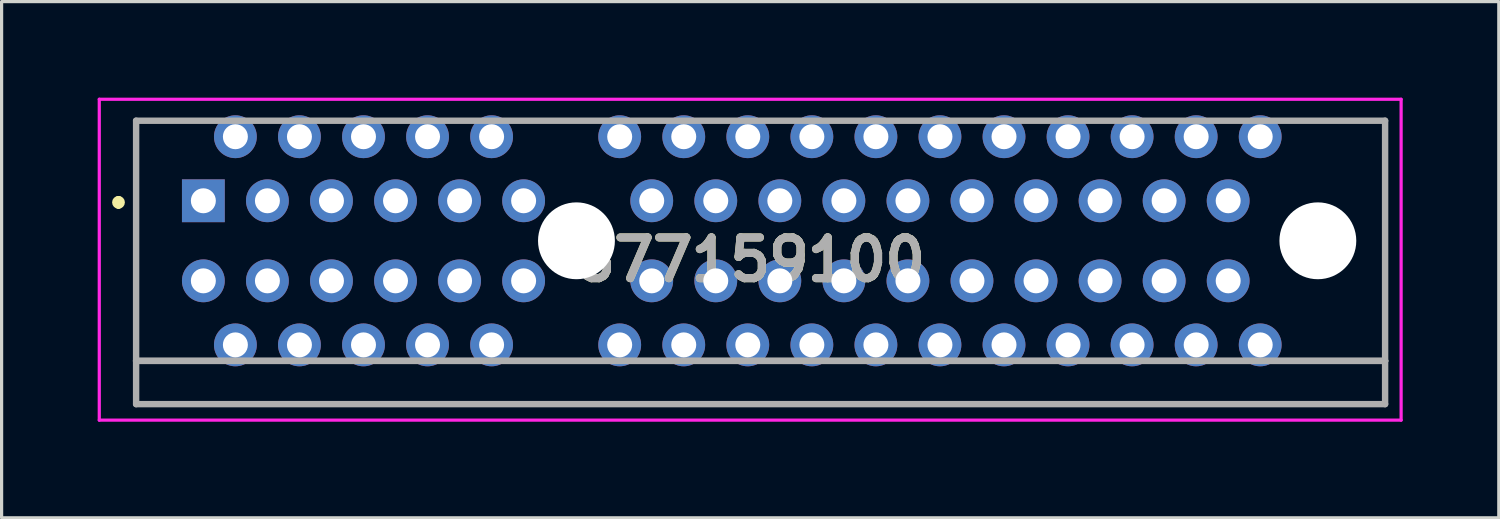
<source format=kicad_pcb>
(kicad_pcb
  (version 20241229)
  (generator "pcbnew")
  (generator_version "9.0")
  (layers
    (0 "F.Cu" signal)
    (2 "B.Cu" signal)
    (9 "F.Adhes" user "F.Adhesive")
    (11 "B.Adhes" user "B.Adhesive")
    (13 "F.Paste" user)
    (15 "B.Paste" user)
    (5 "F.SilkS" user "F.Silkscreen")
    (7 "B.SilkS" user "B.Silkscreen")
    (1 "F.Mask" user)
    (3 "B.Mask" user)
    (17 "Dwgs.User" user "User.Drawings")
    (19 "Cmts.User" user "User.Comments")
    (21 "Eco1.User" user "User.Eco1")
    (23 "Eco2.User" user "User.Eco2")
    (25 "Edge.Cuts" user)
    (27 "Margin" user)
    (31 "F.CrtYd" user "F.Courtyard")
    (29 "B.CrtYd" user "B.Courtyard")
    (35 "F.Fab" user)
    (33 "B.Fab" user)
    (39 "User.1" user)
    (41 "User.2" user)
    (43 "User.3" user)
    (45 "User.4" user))
  (footprint "877159100"
    (layer "F.Cu")
    (at 3.3 3.219)
    (property "Reference" "877159100" (at 17.075 1.841 0) (layer "F.SilkS") (effects (font (size 1.27 1.27) (thickness 0.254))))
    (attr through_hole)
    (fp_line (start -2.65 -0.05) (end -2.65 -0.05) (stroke (width 0.2) (type solid)) (layer "F.SilkS"))
    (fp_line (start -2.65 0.15) (end -2.65 0.15) (stroke (width 0.2) (type solid)) (layer "F.SilkS"))
    (fp_line (start -2.1 -2.5) (end -2.1 5) (stroke (width 0.1) (type solid)) (layer "F.SilkS"))
    (fp_line (start -2.1 5) (end -0.1 5) (stroke (width 0.1) (type solid)) (layer "F.SilkS"))
    (fp_line (start -0.1 -2.5) (end -2.1 -2.5) (stroke (width 0.1) (type solid)) (layer "F.SilkS"))
    (fp_line (start 10.4 -2.5) (end 11.4 -2.5) (stroke (width 0.1) (type solid)) (layer "F.SilkS"))
    (fp_line (start 10.4 5) (end 11.4 5) (stroke (width 0.1) (type solid)) (layer "F.SilkS"))
    (fp_line (start 34.4 -2.5) (end 36.9 -2.5) (stroke (width 0.1) (type solid)) (layer "F.SilkS"))
    (fp_line (start 36.9 -2.5) (end 36.9 5) (stroke (width 0.1) (type solid)) (layer "F.SilkS"))
    (fp_line (start 36.9 5) (end 34.4 5) (stroke (width 0.1) (type solid)) (layer "F.SilkS"))
    (fp_arc (start -2.65 -0.05) (mid -2.55 0.05) (end -2.65 0.15) (stroke (width 0.2) (type solid)) (layer "F.SilkS"))
    (fp_arc (start -2.65 0.15) (mid -2.75 0.05) (end -2.65 -0.05) (stroke (width 0.2) (type solid)) (layer "F.SilkS"))
    (fp_line (start -3.25 -3.169) (end 37.4 -3.169) (stroke (width 0.1) (type solid)) (layer "F.CrtYd"))
    (fp_line (start -3.25 6.85) (end -3.25 -3.169) (stroke (width 0.1) (type solid)) (layer "F.CrtYd"))
    (fp_line (start 37.4 -3.169) (end 37.4 6.85) (stroke (width 0.1) (type solid)) (layer "F.CrtYd"))
    (fp_line (start 37.4 6.85) (end -3.25 6.85) (stroke (width 0.1) (type solid)) (layer "F.CrtYd"))
    (fp_line (start -2.1 -2.5) (end 36.9 -2.5) (stroke (width 0.2) (type solid)) (layer "F.Fab"))
    (fp_line (start -2.1 5) (end -2.1 -2.5) (stroke (width 0.2) (type solid)) (layer "F.Fab"))
    (fp_line (start -2.1 5) (end 36.9 5) (stroke (width 0.2) (type solid)) (layer "F.Fab"))
    (fp_line (start -2.1 6.35) (end -2.1 5) (stroke (width 0.2) (type solid)) (layer "F.Fab"))
    (fp_line (start 36.9 -2.5) (end 36.9 5) (stroke (width 0.2) (type solid)) (layer "F.Fab"))
    (fp_line (start 36.9 5) (end -2.1 5) (stroke (width 0.2) (type solid)) (layer "F.Fab"))
    (fp_line (start 36.9 5) (end 36.9 6.35) (stroke (width 0.2) (type solid)) (layer "F.Fab"))
    (fp_line (start 36.9 6.35) (end -2.1 6.35) (stroke (width 0.2) (type solid)) (layer "F.Fab"))
    (fp_text user "${REFERENCE}" (at 17.075 1.841 0) (layer "F.Fab") (effects (font (size 1.27 1.27) (thickness 0.254))))
    (pad "" np_thru_hole circle (at 11.65 1.25) (size 2.4 2.4) (drill 2.4) (layers "*.Cu" "*.Mask"))
    (pad "" np_thru_hole circle (at 34.8 1.25) (size 2.4 2.4) (drill 2.4) (layers "*.Cu" "*.Mask"))
    (pad "A1" thru_hole rect (at 0 0) (size 1.337 1.337) (drill 0.78) (layers "*.Cu" "*.Mask"))
    (pad "A2" thru_hole circle (at 1 -2) (size 1.337 1.337) (drill 0.78) (layers "*.Cu" "*.Mask"))
    (pad "A3" thru_hole circle (at 2 0) (size 1.337 1.337) (drill 0.78) (layers "*.Cu" "*.Mask"))
    (pad "A4" thru_hole circle (at 3 -2) (size 1.337 1.337) (drill 0.78) (layers "*.Cu" "*.Mask"))
    (pad "A5" thru_hole circle (at 4 0) (size 1.337 1.337) (drill 0.78) (layers "*.Cu" "*.Mask"))
    (pad "A6" thru_hole circle (at 5 -2) (size 1.337 1.337) (drill 0.78) (layers "*.Cu" "*.Mask"))
    (pad "A7" thru_hole circle (at 6 0) (size 1.337 1.337) (drill 0.78) (layers "*.Cu" "*.Mask"))
    (pad "A8" thru_hole circle (at 7 -2) (size 1.337 1.337) (drill 0.78) (layers "*.Cu" "*.Mask"))
    (pad "A9" thru_hole circle (at 8 0) (size 1.337 1.337) (drill 0.78) (layers "*.Cu" "*.Mask"))
    (pad "A10" thru_hole circle (at 9 -2) (size 1.337 1.337) (drill 0.78) (layers "*.Cu" "*.Mask"))
    (pad "A11" thru_hole circle (at 10 0) (size 1.337 1.337) (drill 0.78) (layers "*.Cu" "*.Mask"))
    (pad "A12" thru_hole circle (at 13 -2) (size 1.337 1.337) (drill 0.78) (layers "*.Cu" "*.Mask"))
    (pad "A13" thru_hole circle (at 14 0) (size 1.337 1.337) (drill 0.78) (layers "*.Cu" "*.Mask"))
    (pad "A14" thru_hole circle (at 15 -2) (size 1.337 1.337) (drill 0.78) (layers "*.Cu" "*.Mask"))
    (pad "A15" thru_hole circle (at 16 0) (size 1.337 1.337) (drill 0.78) (layers "*.Cu" "*.Mask"))
    (pad "A16" thru_hole circle (at 17 -2) (size 1.337 1.337) (drill 0.78) (layers "*.Cu" "*.Mask"))
    (pad "A17" thru_hole circle (at 18 0) (size 1.337 1.337) (drill 0.78) (layers "*.Cu" "*.Mask"))
    (pad "A18" thru_hole circle (at 19 -2) (size 1.337 1.337) (drill 0.78) (layers "*.Cu" "*.Mask"))
    (pad "A19" thru_hole circle (at 20 0) (size 1.337 1.337) (drill 0.78) (layers "*.Cu" "*.Mask"))
    (pad "A20" thru_hole circle (at 21 -2) (size 1.337 1.337) (drill 0.78) (layers "*.Cu" "*.Mask"))
    (pad "A21" thru_hole circle (at 22 0) (size 1.337 1.337) (drill 0.78) (layers "*.Cu" "*.Mask"))
    (pad "A22" thru_hole circle (at 23 -2) (size 1.337 1.337) (drill 0.78) (layers "*.Cu" "*.Mask"))
    (pad "A23" thru_hole circle (at 24 0) (size 1.337 1.337) (drill 0.78) (layers "*.Cu" "*.Mask"))
    (pad "A24" thru_hole circle (at 25 -2) (size 1.337 1.337) (drill 0.78) (layers "*.Cu" "*.Mask"))
    (pad "A25" thru_hole circle (at 26 0) (size 1.337 1.337) (drill 0.78) (layers "*.Cu" "*.Mask"))
    (pad "A26" thru_hole circle (at 27 -2) (size 1.337 1.337) (drill 0.78) (layers "*.Cu" "*.Mask"))
    (pad "A27" thru_hole circle (at 28 0) (size 1.337 1.337) (drill 0.78) (layers "*.Cu" "*.Mask"))
    (pad "A28" thru_hole circle (at 29 -2) (size 1.337 1.337) (drill 0.78) (layers "*.Cu" "*.Mask"))
    (pad "A29" thru_hole circle (at 30 0) (size 1.337 1.337) (drill 0.78) (layers "*.Cu" "*.Mask"))
    (pad "A30" thru_hole circle (at 31 -2) (size 1.337 1.337) (drill 0.78) (layers "*.Cu" "*.Mask"))
    (pad "A31" thru_hole circle (at 32 0) (size 1.337 1.337) (drill 0.78) (layers "*.Cu" "*.Mask"))
    (pad "A32" thru_hole circle (at 33 -2) (size 1.337 1.337) (drill 0.78) (layers "*.Cu" "*.Mask"))
    (pad "B1" thru_hole circle (at 0 2.5) (size 1.337 1.337) (drill 0.78) (layers "*.Cu" "*.Mask"))
    (pad "B2" thru_hole circle (at 1 4.5) (size 1.337 1.337) (drill 0.78) (layers "*.Cu" "*.Mask"))
    (pad "B3" thru_hole circle (at 2 2.5) (size 1.337 1.337) (drill 0.78) (layers "*.Cu" "*.Mask"))
    (pad "B4" thru_hole circle (at 3 4.5) (size 1.337 1.337) (drill 0.78) (layers "*.Cu" "*.Mask"))
    (pad "B5" thru_hole circle (at 4 2.5) (size 1.337 1.337) (drill 0.78) (layers "*.Cu" "*.Mask"))
    (pad "B6" thru_hole circle (at 5 4.5) (size 1.337 1.337) (drill 0.78) (layers "*.Cu" "*.Mask"))
    (pad "B7" thru_hole circle (at 6 2.5) (size 1.337 1.337) (drill 0.78) (layers "*.Cu" "*.Mask"))
    (pad "B8" thru_hole circle (at 7 4.5) (size 1.337 1.337) (drill 0.78) (layers "*.Cu" "*.Mask"))
    (pad "B9" thru_hole circle (at 8 2.5) (size 1.337 1.337) (drill 0.78) (layers "*.Cu" "*.Mask"))
    (pad "B10" thru_hole circle (at 9 4.5) (size 1.337 1.337) (drill 0.78) (layers "*.Cu" "*.Mask"))
    (pad "B11" thru_hole circle (at 10 2.5) (size 1.337 1.337) (drill 0.78) (layers "*.Cu" "*.Mask"))
    (pad "B12" thru_hole circle (at 13 4.5) (size 1.337 1.337) (drill 0.78) (layers "*.Cu" "*.Mask"))
    (pad "B13" thru_hole circle (at 14 2.5) (size 1.337 1.337) (drill 0.78) (layers "*.Cu" "*.Mask"))
    (pad "B14" thru_hole circle (at 15 4.5) (size 1.337 1.337) (drill 0.78) (layers "*.Cu" "*.Mask"))
    (pad "B15" thru_hole circle (at 16 2.5) (size 1.337 1.337) (drill 0.78) (layers "*.Cu" "*.Mask"))
    (pad "B16" thru_hole circle (at 17 4.5) (size 1.337 1.337) (drill 0.78) (layers "*.Cu" "*.Mask"))
    (pad "B17" thru_hole circle (at 18 2.5) (size 1.337 1.337) (drill 0.78) (layers "*.Cu" "*.Mask"))
    (pad "B18" thru_hole circle (at 19 4.5) (size 1.337 1.337) (drill 0.78) (layers "*.Cu" "*.Mask"))
    (pad "B19" thru_hole circle (at 20 2.5) (size 1.337 1.337) (drill 0.78) (layers "*.Cu" "*.Mask"))
    (pad "B20" thru_hole circle (at 21 4.5) (size 1.337 1.337) (drill 0.78) (layers "*.Cu" "*.Mask"))
    (pad "B21" thru_hole circle (at 22 2.5) (size 1.337 1.337) (drill 0.78) (layers "*.Cu" "*.Mask"))
    (pad "B22" thru_hole circle (at 23 4.5) (size 1.337 1.337) (drill 0.78) (layers "*.Cu" "*.Mask"))
    (pad "B23" thru_hole circle (at 24 2.5) (size 1.337 1.337) (drill 0.78) (layers "*.Cu" "*.Mask"))
    (pad "B24" thru_hole circle (at 25 4.5) (size 1.337 1.337) (drill 0.78) (layers "*.Cu" "*.Mask"))
    (pad "B25" thru_hole circle (at 26 2.5) (size 1.337 1.337) (drill 0.78) (layers "*.Cu" "*.Mask"))
    (pad "B26" thru_hole circle (at 27 4.5) (size 1.337 1.337) (drill 0.78) (layers "*.Cu" "*.Mask"))
    (pad "B27" thru_hole circle (at 28 2.5) (size 1.337 1.337) (drill 0.78) (layers "*.Cu" "*.Mask"))
    (pad "B28" thru_hole circle (at 29 4.5) (size 1.337 1.337) (drill 0.78) (layers "*.Cu" "*.Mask"))
    (pad "B29" thru_hole circle (at 30 2.5) (size 1.337 1.337) (drill 0.78) (layers "*.Cu" "*.Mask"))
    (pad "B30" thru_hole circle (at 31 4.5) (size 1.337 1.337) (drill 0.78) (layers "*.Cu" "*.Mask"))
    (pad "B31" thru_hole circle (at 32 2.5) (size 1.337 1.337) (drill 0.78) (layers "*.Cu" "*.Mask"))
    (pad "B32" thru_hole circle (at 33 4.5) (size 1.337 1.337) (drill 0.78) (layers "*.Cu" "*.Mask")))
  (gr_rect
    (start -3 -3)
    (end 43.75 13.119)
    (stroke (width 0.1) (type default))
    (fill no)
    (layer "Edge.Cuts")))
</source>
